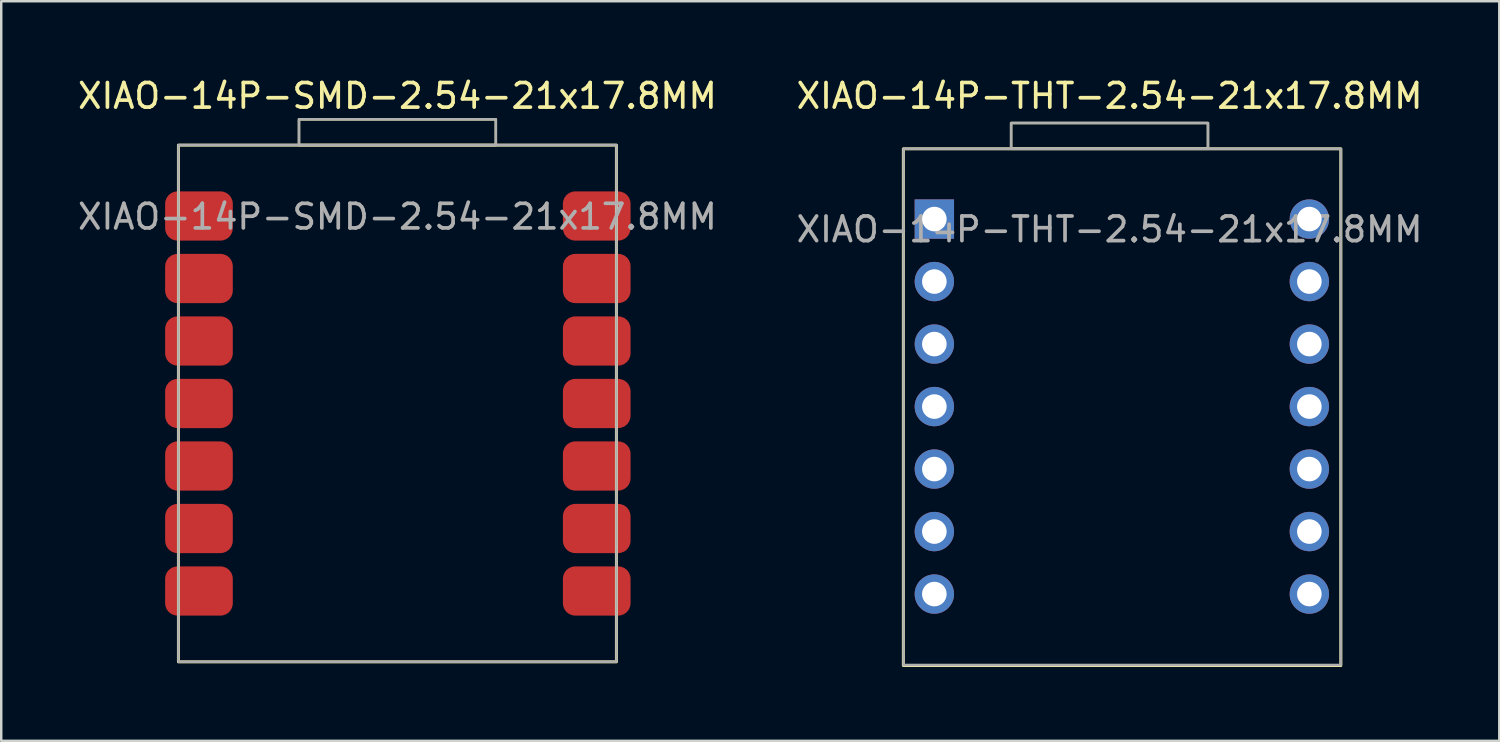
<source format=kicad_pcb>
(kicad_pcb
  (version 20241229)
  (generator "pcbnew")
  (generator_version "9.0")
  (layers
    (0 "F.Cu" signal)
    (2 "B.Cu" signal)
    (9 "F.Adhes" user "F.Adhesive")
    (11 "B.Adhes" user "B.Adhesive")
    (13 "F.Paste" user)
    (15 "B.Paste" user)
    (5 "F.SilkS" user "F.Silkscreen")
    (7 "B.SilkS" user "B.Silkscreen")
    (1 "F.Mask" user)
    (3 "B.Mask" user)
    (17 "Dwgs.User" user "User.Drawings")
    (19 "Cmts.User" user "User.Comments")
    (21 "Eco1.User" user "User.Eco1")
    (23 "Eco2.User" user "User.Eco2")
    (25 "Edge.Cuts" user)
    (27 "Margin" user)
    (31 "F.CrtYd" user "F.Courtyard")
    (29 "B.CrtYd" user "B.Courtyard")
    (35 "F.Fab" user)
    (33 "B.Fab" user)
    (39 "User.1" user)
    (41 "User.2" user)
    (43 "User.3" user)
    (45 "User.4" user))
  (footprint "XIAO-14P-THT-2.54-21x17.8MM"
    (layer "F.Cu")
    (at 42.042 13.473)
    (property "Reference" "XIAO-14P-THT-2.54-21x17.8MM" (at 0 -12.625 0) (unlocked yes) (layer "F.SilkS") (effects (font (size 1 1) (thickness 0.15))))
    (attr through_hole)
    (fp_rect (start -8.38 -10.475) (end 9.4 10.525) (stroke (width 0.12) (type solid)) (fill no) (layer "F.SilkS"))
    (fp_rect (start -4 -11.523) (end 4 -10.477) (stroke (width 0.1) (type default)) (fill no) (layer "F.SilkS"))
    (fp_rect (start -8.375 -10.475) (end 9.4 10.5) (stroke (width 0.1) (type default)) (fill no) (layer "F.Fab"))
    (fp_rect (start -4 -11.525) (end 4 -10.475) (stroke (width 0.1) (type default)) (fill no) (layer "F.Fab"))
    (fp_text user "${REFERENCE}" (at 0 -7.2 0) (unlocked yes) (layer "F.Fab") (effects (font (size 1 1) (thickness 0.15))))
    (pad "1" thru_hole rect (at -7.12 -7.62 90) (size 1.6 1.6) (drill 1) (layers "*.Cu" "*.Mask"))
    (pad "2" thru_hole circle (at -7.12 -5.08 90) (size 1.6 1.6) (drill 1) (layers "*.Cu" "*.Mask"))
    (pad "3" thru_hole circle (at -7.12 -2.54 90) (size 1.6 1.6) (drill 1) (layers "*.Cu" "*.Mask"))
    (pad "4" thru_hole circle (at -7.12 0 90) (size 1.6 1.6) (drill 1) (layers "*.Cu" "*.Mask"))
    (pad "5" thru_hole circle (at -7.12 2.54 90) (size 1.6 1.6) (drill 1) (layers "*.Cu" "*.Mask"))
    (pad "6" thru_hole circle (at -7.12 5.08 90) (size 1.6 1.6) (drill 1) (layers "*.Cu" "*.Mask"))
    (pad "7" thru_hole circle (at -7.12 7.62 90) (size 1.6 1.6) (drill 1) (layers "*.Cu" "*.Mask"))
    (pad "8" thru_hole circle (at 8.12 -7.62 270) (size 1.6 1.6) (drill 1) (layers "*.Cu" "*.Mask"))
    (pad "9" thru_hole circle (at 8.12 -5.08 270) (size 1.6 1.6) (drill 1) (layers "*.Cu" "*.Mask"))
    (pad "10" thru_hole circle (at 8.12 -2.54 270) (size 1.6 1.6) (drill 1) (layers "*.Cu" "*.Mask"))
    (pad "11" thru_hole circle (at 8.12 0 270) (size 1.6 1.6) (drill 1) (layers "*.Cu" "*.Mask"))
    (pad "12" thru_hole circle (at 8.12 2.54 270) (size 1.6 1.6) (drill 1) (layers "*.Cu" "*.Mask"))
    (pad "13" thru_hole circle (at 8.12 5.08 270) (size 1.6 1.6) (drill 1) (layers "*.Cu" "*.Mask"))
    (pad "14" thru_hole circle (at 8.12 7.62 270) (size 1.6 1.6) (drill 1) (layers "*.Cu" "*.Mask")))
  (footprint "XIAO-14P-SMD-2.54-21x17.8MM"
    (layer "F.Cu")
    (at 13.101 13.348)
    (property "Reference" "XIAO-14P-SMD-2.54-21x17.8MM" (at 0 -12.5 0) (unlocked yes) (layer "F.SilkS") (effects (font (size 1 1) (thickness 0.15))))
    (attr smd)
    (fp_rect (start -8.9 -10.5) (end 8.9 10.5) (stroke (width 0.12) (type solid)) (fill no) (layer "F.SilkS"))
    (fp_rect (start -4 -11.547) (end 4 -10.502) (stroke (width 0.1) (type default)) (fill no) (layer "F.SilkS"))
    (fp_rect (start -8.9 -10.505) (end 8.9 10.495) (stroke (width 0.1) (type default)) (fill no) (layer "F.Fab"))
    (fp_rect (start -4 -11.55) (end 4 -10.5) (stroke (width 0.1) (type default)) (fill no) (layer "F.Fab"))
    (fp_text user "${REFERENCE}" (at 0 -7.59 0) (unlocked yes) (layer "F.Fab") (effects (font (size 1 1) (thickness 0.15))))
    (pad "1" smd roundrect (at -8.065 -7.62) (size 2.75 2) (layers "F.Cu" "F.Mask" "F.Paste") (roundrect_rratio 0.25))
    (pad "2" smd roundrect (at -8.065 -5.08) (size 2.75 2) (layers "F.Cu" "F.Mask" "F.Paste") (roundrect_rratio 0.25))
    (pad "3" smd roundrect (at -8.065 -2.54) (size 2.75 2) (layers "F.Cu" "F.Mask" "F.Paste") (roundrect_rratio 0.25))
    (pad "4" smd roundrect (at -8.065 0) (size 2.75 2) (layers "F.Cu" "F.Mask" "F.Paste") (roundrect_rratio 0.25))
    (pad "5" smd roundrect (at -8.065 2.54) (size 2.75 2) (layers "F.Cu" "F.Mask" "F.Paste") (roundrect_rratio 0.25))
    (pad "6" smd roundrect (at -8.065 5.08) (size 2.75 2) (layers "F.Cu" "F.Mask" "F.Paste") (roundrect_rratio 0.25))
    (pad "7" smd roundrect (at -8.065 7.62) (size 2.75 2) (layers "F.Cu" "F.Mask" "F.Paste") (roundrect_rratio 0.25))
    (pad "8" smd roundrect (at 8.1 -7.62) (size 2.75 2) (layers "F.Cu" "F.Mask" "F.Paste") (roundrect_rratio 0.25))
    (pad "9" smd roundrect (at 8.1 -5.08) (size 2.75 2) (layers "F.Cu" "F.Mask" "F.Paste") (roundrect_rratio 0.25))
    (pad "10" smd roundrect (at 8.1 -2.54) (size 2.75 2) (layers "F.Cu" "F.Mask" "F.Paste") (roundrect_rratio 0.25))
    (pad "11" smd roundrect (at 8.1 0) (size 2.75 2) (layers "F.Cu" "F.Mask" "F.Paste") (roundrect_rratio 0.25))
    (pad "12" smd roundrect (at 8.1 2.54) (size 2.75 2) (layers "F.Cu" "F.Mask" "F.Paste") (roundrect_rratio 0.25))
    (pad "13" smd roundrect (at 8.1 5.08) (size 2.75 2) (layers "F.Cu" "F.Mask" "F.Paste") (roundrect_rratio 0.25))
    (pad "14" smd roundrect (at 8.1 7.62) (size 2.75 2) (layers "F.Cu" "F.Mask" "F.Paste") (roundrect_rratio 0.25)))
  (gr_rect
    (start -3 -3)
    (end 57.881 27.058)
    (stroke (width 0.1) (type default))
    (fill no)
    (layer "Edge.Cuts")))
</source>
